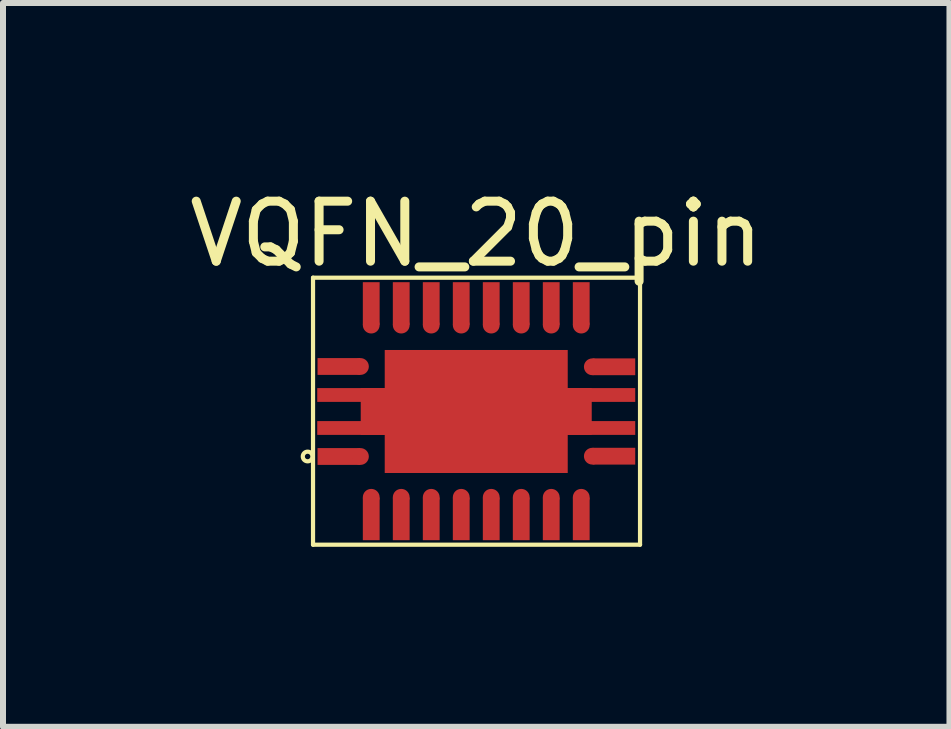
<source format=kicad_pcb>
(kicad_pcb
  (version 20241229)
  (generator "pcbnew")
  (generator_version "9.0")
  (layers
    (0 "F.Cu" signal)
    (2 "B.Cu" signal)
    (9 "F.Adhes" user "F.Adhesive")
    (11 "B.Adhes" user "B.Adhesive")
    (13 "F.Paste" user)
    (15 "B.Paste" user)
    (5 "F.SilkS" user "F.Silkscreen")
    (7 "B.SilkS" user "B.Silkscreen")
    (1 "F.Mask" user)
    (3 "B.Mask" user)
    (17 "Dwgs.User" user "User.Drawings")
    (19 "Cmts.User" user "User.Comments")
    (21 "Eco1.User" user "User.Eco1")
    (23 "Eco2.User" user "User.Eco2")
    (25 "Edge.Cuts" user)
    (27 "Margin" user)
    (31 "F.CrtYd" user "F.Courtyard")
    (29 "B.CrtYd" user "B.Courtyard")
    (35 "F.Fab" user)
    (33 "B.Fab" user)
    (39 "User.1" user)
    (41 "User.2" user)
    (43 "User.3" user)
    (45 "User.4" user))
  (footprint "VQFN_20_pin"
    (layer "F.Cu")
    (at 4.887 3.808)
    (property "Reference" "VQFN_20_pin" (at 0 -2.96 0) (layer "F.SilkS") (effects (font (size 1 1) (thickness 0.15))))
    (attr through_hole)
    (fp_line (start -2.72 -2.23) (end 2.73 -2.23) (stroke (width 0.07) (type solid)) (layer "F.SilkS"))
    (fp_line (start -2.72 2.22) (end -2.72 -2.23) (stroke (width 0.07) (type solid)) (layer "F.SilkS"))
    (fp_line (start 2.73 2.22) (end -2.72 2.22) (stroke (width 0.07) (type solid)) (layer "F.SilkS"))
    (fp_line (start 2.73 2.22) (end 2.73 -2.23) (stroke (width 0.07) (type solid)) (layer "F.SilkS"))
    (fp_circle (center -2.81 0.75) (end -2.74 0.79) (stroke (width 0.07) (type solid)) (fill no) (layer "F.SilkS"))
    (pad "" smd rect (at -2.275 -0.755 270) (size 0.23 0.685) (layers "F.Paste"))
    (pad "" smd rect (at -2.275 0.745 270) (size 0.23 0.685) (layers "F.Paste"))
    (pad "" smd rect (at -2.2 -0.275) (size 0.9 0.23) (layers "F.Paste"))
    (pad "" smd rect (at -2.2 0.275) (size 0.9 0.23) (layers "F.Paste"))
    (pad "" smd circle (at -1.935 -0.755 270) (size 0.23 0.23) (layers "F.Paste"))
    (pad "" smd circle (at -1.935 0.745 270) (size 0.23 0.23) (layers "F.Paste"))
    (pad "" smd rect (at -1.755 -1.785 180) (size 0.23 0.685) (layers "F.Paste"))
    (pad "" smd circle (at -1.755 -1.445 180) (size 0.23 0.23) (layers "F.Paste"))
    (pad "" smd circle (at -1.75 1.43) (size 0.23 0.23) (layers "F.Paste"))
    (pad "" smd rect (at -1.75 1.77) (size 0.23 0.685) (layers "F.Paste"))
    (pad "" smd rect (at -1.255 -1.785 180) (size 0.23 0.685) (layers "F.Paste"))
    (pad "" smd circle (at -1.255 -1.445 180) (size 0.23 0.23) (layers "F.Paste"))
    (pad "" smd circle (at -1.25 1.43) (size 0.23 0.23) (layers "F.Paste"))
    (pad "" smd rect (at -1.25 1.77) (size 0.23 0.685) (layers "F.Paste"))
    (pad "" smd rect (at -0.81 -0.56) (size 1.32 0.82) (layers "F.Paste"))
    (pad "" smd rect (at -0.81 0.56) (size 1.32 0.82) (layers "F.Paste"))
    (pad "" smd rect (at -0.755 -1.785 180) (size 0.23 0.685) (layers "F.Paste"))
    (pad "" smd circle (at -0.755 -1.445 180) (size 0.23 0.23) (layers "F.Paste"))
    (pad "" smd circle (at -0.75 1.43) (size 0.23 0.23) (layers "F.Paste"))
    (pad "" smd rect (at -0.75 1.77) (size 0.23 0.685) (layers "F.Paste"))
    (pad "" smd rect (at -0.255 -1.785 180) (size 0.23 0.685) (layers "F.Paste"))
    (pad "" smd circle (at -0.255 -1.445 180) (size 0.23 0.23) (layers "F.Paste"))
    (pad "" smd circle (at -0.25 1.43) (size 0.23 0.23) (layers "F.Paste"))
    (pad "" smd rect (at -0.25 1.77) (size 0.23 0.685) (layers "F.Paste"))
    (pad "" smd rect (at 0.245 -1.785 180) (size 0.23 0.685) (layers "F.Paste"))
    (pad "" smd circle (at 0.245 -1.445 180) (size 0.23 0.23) (layers "F.Paste"))
    (pad "" smd circle (at 0.25 1.43) (size 0.23 0.23) (layers "F.Paste"))
    (pad "" smd rect (at 0.25 1.77) (size 0.23 0.685) (layers "F.Paste"))
    (pad "" smd rect (at 0.745 -1.785 180) (size 0.23 0.685) (layers "F.Paste"))
    (pad "" smd circle (at 0.745 -1.445 180) (size 0.23 0.23) (layers "F.Paste"))
    (pad "" smd circle (at 0.75 1.43) (size 0.23 0.23) (layers "F.Paste"))
    (pad "" smd rect (at 0.75 1.77) (size 0.23 0.685) (layers "F.Paste"))
    (pad "" smd rect (at 0.81 -0.56) (size 1.32 0.82) (layers "F.Paste"))
    (pad "" smd rect (at 0.81 0.56) (size 1.32 0.82) (layers "F.Paste"))
    (pad "" smd rect (at 1.245 -1.785 180) (size 0.23 0.685) (layers "F.Paste"))
    (pad "" smd circle (at 1.245 -1.445 180) (size 0.23 0.23) (layers "F.Paste"))
    (pad "" smd circle (at 1.25 1.43) (size 0.23 0.23) (layers "F.Paste"))
    (pad "" smd rect (at 1.25 1.77) (size 0.23 0.685) (layers "F.Paste"))
    (pad "" smd rect (at 1.745 -1.785 180) (size 0.23 0.685) (layers "F.Paste"))
    (pad "" smd circle (at 1.745 -1.445 180) (size 0.23 0.23) (layers "F.Paste"))
    (pad "" smd circle (at 1.75 1.43) (size 0.23 0.23) (layers "F.Paste"))
    (pad "" smd rect (at 1.75 1.77) (size 0.23 0.685) (layers "F.Paste"))
    (pad "" smd circle (at 1.94 -0.75 90) (size 0.23 0.23) (layers "F.Paste"))
    (pad "" smd circle (at 1.94 0.74 90) (size 0.23 0.23) (layers "F.Paste"))
    (pad "" smd rect (at 2.2 -0.275) (size 0.9 0.23) (layers "F.Paste"))
    (pad "" smd rect (at 2.2 0.275) (size 0.9 0.23) (layers "F.Paste"))
    (pad "" smd rect (at 2.28 -0.75 90) (size 0.23 0.685) (layers "F.Paste"))
    (pad "" smd rect (at 2.28 0.74 90) (size 0.23 0.685) (layers "F.Paste"))
    (pad "1" smd rect (at -2.29 0.75 270) (size 0.28 0.71) (layers "F.Cu" "F.Mask"))
    (pad "1" smd circle (at -1.93 0.75 270) (size 0.28 0.28) (layers "F.Cu" "F.Mask"))
    (pad "2" smd circle (at -1.75 1.43) (size 0.28 0.28) (layers "F.Cu" "F.Mask"))
    (pad "2" smd rect (at -1.75 1.79) (size 0.28 0.71) (layers "F.Cu" "F.Mask"))
    (pad "3" smd circle (at -1.25 1.43) (size 0.28 0.28) (layers "F.Cu" "F.Mask"))
    (pad "3" smd rect (at -1.25 1.79) (size 0.28 0.71) (layers "F.Cu" "F.Mask"))
    (pad "4" smd circle (at -0.75 1.43) (size 0.28 0.28) (layers "F.Cu" "F.Mask"))
    (pad "4" smd rect (at -0.75 1.79) (size 0.28 0.71) (layers "F.Cu" "F.Mask"))
    (pad "5" smd circle (at -0.25 1.43) (size 0.28 0.28) (layers "F.Cu" "F.Mask"))
    (pad "5" smd rect (at -0.25 1.79) (size 0.28 0.71) (layers "F.Cu" "F.Mask"))
    (pad "6" smd circle (at 0.25 1.43) (size 0.28 0.28) (layers "F.Cu" "F.Mask"))
    (pad "6" smd rect (at 0.25 1.79) (size 0.28 0.71) (layers "F.Cu" "F.Mask"))
    (pad "7" smd circle (at 0.75 1.43) (size 0.28 0.28) (layers "F.Cu" "F.Mask"))
    (pad "7" smd rect (at 0.75 1.79) (size 0.28 0.71) (layers "F.Cu" "F.Mask"))
    (pad "8" smd circle (at 1.25 1.43) (size 0.28 0.28) (layers "F.Cu" "F.Mask"))
    (pad "8" smd rect (at 1.25 1.79) (size 0.28 0.71) (layers "F.Cu" "F.Mask"))
    (pad "9" smd circle (at 1.75 1.43) (size 0.28 0.28) (layers "F.Cu" "F.Mask"))
    (pad "9" smd rect (at 1.75 1.79) (size 0.28 0.71) (layers "F.Cu" "F.Mask"))
    (pad "10" smd circle (at 1.935 0.745 90) (size 0.28 0.28) (layers "F.Cu" "F.Mask"))
    (pad "10" smd rect (at 2.295 0.745 90) (size 0.28 0.71) (layers "F.Cu" "F.Mask"))
    (pad "11" smd circle (at 1.935 -0.745 90) (size 0.28 0.28) (layers "F.Cu" "F.Mask"))
    (pad "11" smd rect (at 2.295 -0.745 90) (size 0.28 0.71) (layers "F.Cu" "F.Mask"))
    (pad "12" smd rect (at 1.75 -1.8 180) (size 0.28 0.71) (layers "F.Cu" "F.Mask"))
    (pad "12" smd circle (at 1.75 -1.44 180) (size 0.28 0.28) (layers "F.Cu" "F.Mask"))
    (pad "13" smd rect (at 1.25 -1.8 180) (size 0.28 0.71) (layers "F.Cu" "F.Mask"))
    (pad "13" smd circle (at 1.25 -1.44 180) (size 0.28 0.28) (layers "F.Cu" "F.Mask"))
    (pad "14" smd rect (at 0.75 -1.8 180) (size 0.28 0.71) (layers "F.Cu" "F.Mask"))
    (pad "14" smd circle (at 0.75 -1.44 180) (size 0.28 0.28) (layers "F.Cu" "F.Mask"))
    (pad "15" smd rect (at 0.25 -1.8 180) (size 0.28 0.71) (layers "F.Cu" "F.Mask"))
    (pad "15" smd circle (at 0.25 -1.44 180) (size 0.28 0.28) (layers "F.Cu" "F.Mask"))
    (pad "16" smd rect (at -0.25 -1.8 180) (size 0.28 0.71) (layers "F.Cu" "F.Mask"))
    (pad "16" smd circle (at -0.25 -1.44 180) (size 0.28 0.28) (layers "F.Cu" "F.Mask"))
    (pad "17" smd rect (at -0.75 -1.8 180) (size 0.28 0.71) (layers "F.Cu" "F.Mask"))
    (pad "17" smd circle (at -0.75 -1.44 180) (size 0.28 0.28) (layers "F.Cu" "F.Mask"))
    (pad "18" smd rect (at -1.25 -1.8 180) (size 0.28 0.71) (layers "F.Cu" "F.Mask"))
    (pad "18" smd circle (at -1.25 -1.44 180) (size 0.28 0.28) (layers "F.Cu" "F.Mask"))
    (pad "19" smd rect (at -1.75 -1.8 180) (size 0.28 0.71) (layers "F.Cu" "F.Mask"))
    (pad "19" smd circle (at -1.75 -1.44 180) (size 0.28 0.28) (layers "F.Cu" "F.Mask"))
    (pad "20" smd rect (at -2.29 -0.75 270) (size 0.28 0.71) (layers "F.Cu" "F.Mask"))
    (pad "20" smd circle (at -1.93 -0.75 270) (size 0.28 0.28) (layers "F.Cu" "F.Mask"))
    (pad "20" smd rect (at 0 -0.275) (size 5.3 0.23) (layers "F.Cu" "F.Mask"))
    (pad "20" smd rect (at 0 0) (size 3.05 2.05) (layers "F.Cu" "F.Mask"))
    (pad "20" smd rect (at 0 0) (size 3.85 0.78) (layers "F.Cu" "F.Mask"))
    (pad "20" smd rect (at 0 0.275) (size 5.3 0.23) (layers "F.Cu" "F.Mask")))
  (gr_rect
    (start -3 -3)
    (end 12.774 9.063)
    (stroke (width 0.1) (type default))
    (fill no)
    (layer "Edge.Cuts")))
</source>
